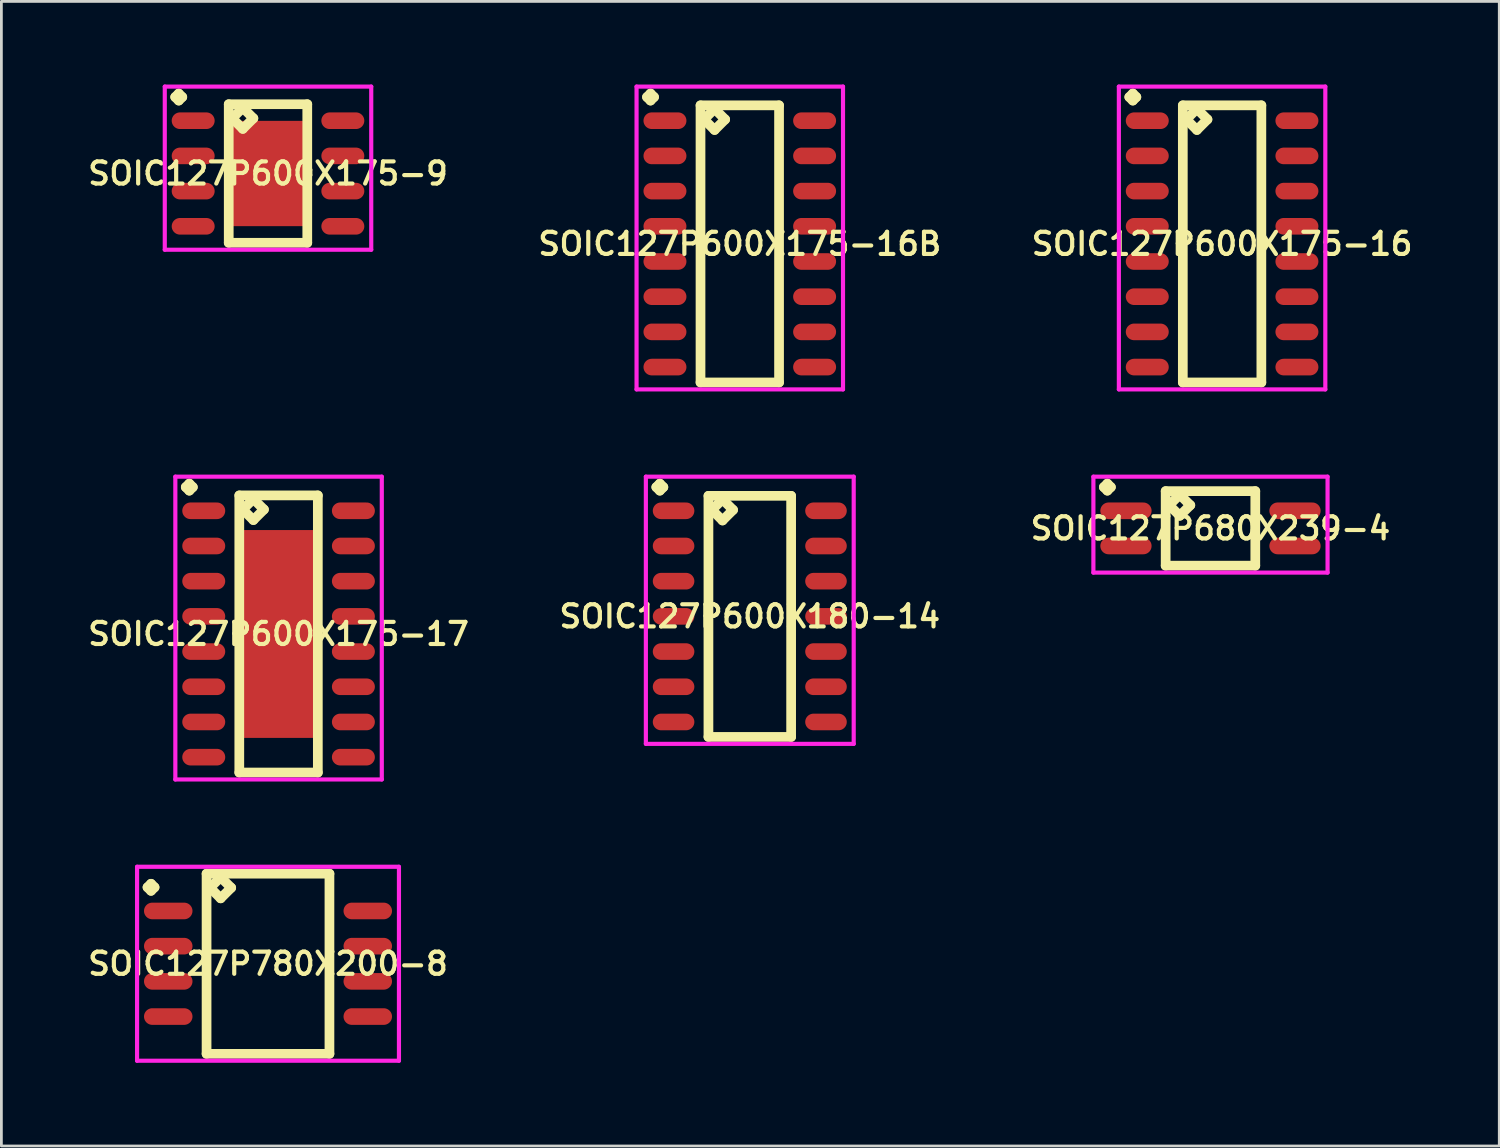
<source format=kicad_pcb>
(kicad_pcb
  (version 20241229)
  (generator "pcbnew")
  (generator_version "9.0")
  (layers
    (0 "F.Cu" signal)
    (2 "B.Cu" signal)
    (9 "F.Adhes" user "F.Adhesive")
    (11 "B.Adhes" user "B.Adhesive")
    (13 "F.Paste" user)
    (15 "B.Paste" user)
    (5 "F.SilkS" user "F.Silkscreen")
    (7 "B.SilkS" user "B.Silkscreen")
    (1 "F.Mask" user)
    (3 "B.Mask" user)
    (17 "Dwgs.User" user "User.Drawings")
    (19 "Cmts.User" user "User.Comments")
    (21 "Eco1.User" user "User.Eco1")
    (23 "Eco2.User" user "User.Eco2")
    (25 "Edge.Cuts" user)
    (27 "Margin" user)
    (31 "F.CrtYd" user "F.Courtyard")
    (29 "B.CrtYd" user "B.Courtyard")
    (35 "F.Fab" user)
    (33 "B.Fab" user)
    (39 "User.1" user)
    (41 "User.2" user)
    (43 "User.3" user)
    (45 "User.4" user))
  (footprint "SOIC127P780X200-8"
    (layer "F.Cu")
    (at 6.621 31.727)
    (property "Reference" "SOIC127P780X200-8" (at 0 0 0) (layer "F.SilkS") (effects (font (size 0.8 0.8) (thickness 0.15))))
    (attr smd)
    (fp_line (start -4.348 -2.759) (end -4.221 -2.886) (stroke (width 0.35) (type solid)) (layer "F.SilkS"))
    (fp_line (start -4.221 -2.886) (end -4.094 -2.759) (stroke (width 0.35) (type solid)) (layer "F.SilkS"))
    (fp_line (start -4.221 -2.632) (end -4.348 -2.759) (stroke (width 0.35) (type solid)) (layer "F.SilkS"))
    (fp_line (start -4.094 -2.759) (end -4.221 -2.632) (stroke (width 0.35) (type solid)) (layer "F.SilkS"))
    (fp_line (start -2.217 -3.25) (end -2.217 3.25) (stroke (width 0.35) (type solid)) (layer "F.SilkS"))
    (fp_line (start -2.217 3.25) (end 2.217 3.25) (stroke (width 0.35) (type solid)) (layer "F.SilkS"))
    (fp_line (start -2.09 -2.742) (end -1.709 -3.123) (stroke (width 0.35) (type solid)) (layer "F.SilkS"))
    (fp_line (start -1.709 -3.123) (end -1.328 -2.742) (stroke (width 0.35) (type solid)) (layer "F.SilkS"))
    (fp_line (start -1.709 -2.361) (end -2.09 -2.742) (stroke (width 0.35) (type solid)) (layer "F.SilkS"))
    (fp_line (start -1.328 -2.742) (end -1.709 -2.361) (stroke (width 0.35) (type solid)) (layer "F.SilkS"))
    (fp_line (start 2.217 -3.25) (end -2.217 -3.25) (stroke (width 0.35) (type solid)) (layer "F.SilkS"))
    (fp_line (start 2.217 3.25) (end 2.217 -3.25) (stroke (width 0.35) (type solid)) (layer "F.SilkS"))
    (fp_line (start -4.725 -3.5) (end 4.725 -3.5) (stroke (width 0.15) (type solid)) (layer "F.CrtYd"))
    (fp_line (start -4.725 3.5) (end -4.725 -3.5) (stroke (width 0.15) (type solid)) (layer "F.CrtYd"))
    (fp_line (start 4.725 -3.5) (end 4.725 3.5) (stroke (width 0.15) (type solid)) (layer "F.CrtYd"))
    (fp_line (start 4.725 3.5) (end -4.725 3.5) (stroke (width 0.15) (type solid)) (layer "F.CrtYd"))
    (pad "1" smd oval (at -3.6 -1.905) (size 1.75 0.6) (layers "F.Cu" "F.Mask" "F.Paste"))
    (pad "2" smd oval (at -3.6 -0.635) (size 1.75 0.6) (layers "F.Cu" "F.Mask" "F.Paste"))
    (pad "3" smd oval (at -3.6 0.635) (size 1.75 0.6) (layers "F.Cu" "F.Mask" "F.Paste"))
    (pad "4" smd oval (at -3.6 1.905) (size 1.75 0.6) (layers "F.Cu" "F.Mask" "F.Paste"))
    (pad "5" smd oval (at 3.6 1.905) (size 1.75 0.6) (layers "F.Cu" "F.Mask" "F.Paste"))
    (pad "6" smd oval (at 3.6 0.635) (size 1.75 0.6) (layers "F.Cu" "F.Mask" "F.Paste"))
    (pad "7" smd oval (at 3.6 -0.635) (size 1.75 0.6) (layers "F.Cu" "F.Mask" "F.Paste"))
    (pad "8" smd oval (at 3.6 -1.905) (size 1.75 0.6) (layers "F.Cu" "F.Mask" "F.Paste")))
  (footprint "SOIC127P600X180-14"
    (layer "F.Cu")
    (at 24.006 19.192)
    (property "Reference" "SOIC127P600X180-14" (at 0 0 0) (layer "F.SilkS") (effects (font (size 0.8 0.8) (thickness 0.15))))
    (attr smd)
    (fp_line (start -3.373 -4.664) (end -3.246 -4.791) (stroke (width 0.35) (type solid)) (layer "F.SilkS"))
    (fp_line (start -3.246 -4.791) (end -3.119 -4.664) (stroke (width 0.35) (type solid)) (layer "F.SilkS"))
    (fp_line (start -3.246 -4.537) (end -3.373 -4.664) (stroke (width 0.35) (type solid)) (layer "F.SilkS"))
    (fp_line (start -3.119 -4.664) (end -3.246 -4.537) (stroke (width 0.35) (type solid)) (layer "F.SilkS"))
    (fp_line (start -1.492 -4.35) (end -1.492 4.35) (stroke (width 0.35) (type solid)) (layer "F.SilkS"))
    (fp_line (start -1.492 4.35) (end 1.492 4.35) (stroke (width 0.35) (type solid)) (layer "F.SilkS"))
    (fp_line (start -1.365 -3.842) (end -0.984 -4.223) (stroke (width 0.35) (type solid)) (layer "F.SilkS"))
    (fp_line (start -0.984 -4.223) (end -0.603 -3.842) (stroke (width 0.35) (type solid)) (layer "F.SilkS"))
    (fp_line (start -0.984 -3.461) (end -1.365 -3.842) (stroke (width 0.35) (type solid)) (layer "F.SilkS"))
    (fp_line (start -0.603 -3.842) (end -0.984 -3.461) (stroke (width 0.35) (type solid)) (layer "F.SilkS"))
    (fp_line (start 1.492 -4.35) (end -1.492 -4.35) (stroke (width 0.35) (type solid)) (layer "F.SilkS"))
    (fp_line (start 1.492 4.35) (end 1.492 -4.35) (stroke (width 0.35) (type solid)) (layer "F.SilkS"))
    (fp_line (start -3.75 -5.041) (end 3.75 -5.041) (stroke (width 0.15) (type solid)) (layer "F.CrtYd"))
    (fp_line (start -3.75 4.6) (end -3.75 -5.041) (stroke (width 0.15) (type solid)) (layer "F.CrtYd"))
    (fp_line (start 3.75 -5.041) (end 3.75 4.6) (stroke (width 0.15) (type solid)) (layer "F.CrtYd"))
    (fp_line (start 3.75 4.6) (end -3.75 4.6) (stroke (width 0.15) (type solid)) (layer "F.CrtYd"))
    (pad "1" smd oval (at -2.75 -3.81) (size 1.5 0.6) (layers "F.Cu" "F.Mask" "F.Paste"))
    (pad "2" smd oval (at -2.75 -2.54) (size 1.5 0.6) (layers "F.Cu" "F.Mask" "F.Paste"))
    (pad "3" smd oval (at -2.75 -1.27) (size 1.5 0.6) (layers "F.Cu" "F.Mask" "F.Paste"))
    (pad "4" smd oval (at -2.75 0) (size 1.5 0.6) (layers "F.Cu" "F.Mask" "F.Paste"))
    (pad "5" smd oval (at -2.75 1.27) (size 1.5 0.6) (layers "F.Cu" "F.Mask" "F.Paste"))
    (pad "6" smd oval (at -2.75 2.54) (size 1.5 0.6) (layers "F.Cu" "F.Mask" "F.Paste"))
    (pad "7" smd oval (at -2.75 3.81) (size 1.5 0.6) (layers "F.Cu" "F.Mask" "F.Paste"))
    (pad "8" smd oval (at 2.75 3.81) (size 1.5 0.6) (layers "F.Cu" "F.Mask" "F.Paste"))
    (pad "9" smd oval (at 2.75 2.54) (size 1.5 0.6) (layers "F.Cu" "F.Mask" "F.Paste"))
    (pad "10" smd oval (at 2.75 1.27) (size 1.5 0.6) (layers "F.Cu" "F.Mask" "F.Paste"))
    (pad "11" smd oval (at 2.75 0) (size 1.5 0.6) (layers "F.Cu" "F.Mask" "F.Paste"))
    (pad "12" smd oval (at 2.75 -1.27) (size 1.5 0.6) (layers "F.Cu" "F.Mask" "F.Paste"))
    (pad "13" smd oval (at 2.75 -2.54) (size 1.5 0.6) (layers "F.Cu" "F.Mask" "F.Paste"))
    (pad "14" smd oval (at 2.75 -3.81) (size 1.5 0.6) (layers "F.Cu" "F.Mask" "F.Paste")))
  (footprint "SOIC127P680X239-4"
    (layer "F.Cu")
    (at 40.63 16.017)
    (property "Reference" "SOIC127P680X239-4" (at 0 0 0) (layer "F.SilkS") (effects (font (size 0.8 0.8) (thickness 0.15))))
    (attr smd)
    (fp_line (start -3.848 -1.489) (end -3.721 -1.616) (stroke (width 0.35) (type solid)) (layer "F.SilkS"))
    (fp_line (start -3.721 -1.616) (end -3.594 -1.489) (stroke (width 0.35) (type solid)) (layer "F.SilkS"))
    (fp_line (start -3.721 -1.362) (end -3.848 -1.489) (stroke (width 0.35) (type solid)) (layer "F.SilkS"))
    (fp_line (start -3.594 -1.489) (end -3.721 -1.362) (stroke (width 0.35) (type solid)) (layer "F.SilkS"))
    (fp_line (start -1.617 -1.345) (end -1.617 1.345) (stroke (width 0.35) (type solid)) (layer "F.SilkS"))
    (fp_line (start -1.617 1.345) (end 1.617 1.345) (stroke (width 0.35) (type solid)) (layer "F.SilkS"))
    (fp_line (start -1.49 -0.837) (end -1.109 -1.218) (stroke (width 0.35) (type solid)) (layer "F.SilkS"))
    (fp_line (start -1.109 -1.218) (end -0.728 -0.837) (stroke (width 0.35) (type solid)) (layer "F.SilkS"))
    (fp_line (start -1.109 -0.456) (end -1.49 -0.837) (stroke (width 0.35) (type solid)) (layer "F.SilkS"))
    (fp_line (start -0.728 -0.837) (end -1.109 -0.456) (stroke (width 0.35) (type solid)) (layer "F.SilkS"))
    (fp_line (start 1.617 -1.345) (end -1.617 -1.345) (stroke (width 0.35) (type solid)) (layer "F.SilkS"))
    (fp_line (start 1.617 1.345) (end 1.617 -1.345) (stroke (width 0.35) (type solid)) (layer "F.SilkS"))
    (fp_line (start -4.225 -1.866) (end 4.225 -1.866) (stroke (width 0.15) (type solid)) (layer "F.CrtYd"))
    (fp_line (start -4.225 1.595) (end -4.225 -1.866) (stroke (width 0.15) (type solid)) (layer "F.CrtYd"))
    (fp_line (start 4.225 -1.866) (end 4.225 1.595) (stroke (width 0.15) (type solid)) (layer "F.CrtYd"))
    (fp_line (start 4.225 1.595) (end -4.225 1.595) (stroke (width 0.15) (type solid)) (layer "F.CrtYd"))
    (pad "1" smd oval (at -3.05 -0.635) (size 1.85 0.6) (layers "F.Cu" "F.Mask" "F.Paste"))
    (pad "2" smd oval (at -3.05 0.635) (size 1.85 0.6) (layers "F.Cu" "F.Mask" "F.Paste"))
    (pad "3" smd oval (at 3.05 0.635) (size 1.85 0.6) (layers "F.Cu" "F.Mask" "F.Paste"))
    (pad "4" smd oval (at 3.05 -0.635) (size 1.85 0.6) (layers "F.Cu" "F.Mask" "F.Paste")))
  (footprint "SOIC127P600X175-16B"
    (layer "F.Cu")
    (at 23.645 5.751)
    (property "Reference" "SOIC127P600X175-16B" (at 0 0 0) (layer "F.SilkS") (effects (font (size 0.8 0.8) (thickness 0.15))))
    (attr smd)
    (fp_line (start -3.348 -5.299) (end -3.221 -5.426) (stroke (width 0.35) (type solid)) (layer "F.SilkS"))
    (fp_line (start -3.221 -5.426) (end -3.094 -5.299) (stroke (width 0.35) (type solid)) (layer "F.SilkS"))
    (fp_line (start -3.221 -5.172) (end -3.348 -5.299) (stroke (width 0.35) (type solid)) (layer "F.SilkS"))
    (fp_line (start -3.094 -5.299) (end -3.221 -5.172) (stroke (width 0.35) (type solid)) (layer "F.SilkS"))
    (fp_line (start -1.417 -5) (end -1.417 5) (stroke (width 0.35) (type solid)) (layer "F.SilkS"))
    (fp_line (start -1.417 5) (end 1.417 5) (stroke (width 0.35) (type solid)) (layer "F.SilkS"))
    (fp_line (start -1.29 -4.492) (end -0.909 -4.873) (stroke (width 0.35) (type solid)) (layer "F.SilkS"))
    (fp_line (start -0.909 -4.873) (end -0.528 -4.492) (stroke (width 0.35) (type solid)) (layer "F.SilkS"))
    (fp_line (start -0.909 -4.111) (end -1.29 -4.492) (stroke (width 0.35) (type solid)) (layer "F.SilkS"))
    (fp_line (start -0.528 -4.492) (end -0.909 -4.111) (stroke (width 0.35) (type solid)) (layer "F.SilkS"))
    (fp_line (start 1.417 -5) (end -1.417 -5) (stroke (width 0.35) (type solid)) (layer "F.SilkS"))
    (fp_line (start 1.417 5) (end 1.417 -5) (stroke (width 0.35) (type solid)) (layer "F.SilkS"))
    (fp_line (start -3.725 -5.676) (end 3.725 -5.676) (stroke (width 0.15) (type solid)) (layer "F.CrtYd"))
    (fp_line (start -3.725 5.25) (end -3.725 -5.676) (stroke (width 0.15) (type solid)) (layer "F.CrtYd"))
    (fp_line (start 3.725 -5.676) (end 3.725 5.25) (stroke (width 0.15) (type solid)) (layer "F.CrtYd"))
    (fp_line (start 3.725 5.25) (end -3.725 5.25) (stroke (width 0.15) (type solid)) (layer "F.CrtYd"))
    (pad "1" smd oval (at -2.7 -4.445) (size 1.55 0.6) (layers "F.Cu" "F.Mask" "F.Paste"))
    (pad "2" smd oval (at -2.7 -3.175) (size 1.55 0.6) (layers "F.Cu" "F.Mask" "F.Paste"))
    (pad "3" smd oval (at -2.7 -1.905) (size 1.55 0.6) (layers "F.Cu" "F.Mask" "F.Paste"))
    (pad "4" smd oval (at -2.7 -0.635) (size 1.55 0.6) (layers "F.Cu" "F.Mask" "F.Paste"))
    (pad "5" smd oval (at -2.7 0.635) (size 1.55 0.6) (layers "F.Cu" "F.Mask" "F.Paste"))
    (pad "6" smd oval (at -2.7 1.905) (size 1.55 0.6) (layers "F.Cu" "F.Mask" "F.Paste"))
    (pad "7" smd oval (at -2.7 3.175) (size 1.55 0.6) (layers "F.Cu" "F.Mask" "F.Paste"))
    (pad "8" smd oval (at -2.7 4.445) (size 1.55 0.6) (layers "F.Cu" "F.Mask" "F.Paste"))
    (pad "9" smd oval (at 2.7 4.445) (size 1.55 0.6) (layers "F.Cu" "F.Mask" "F.Paste"))
    (pad "10" smd oval (at 2.7 3.175) (size 1.55 0.6) (layers "F.Cu" "F.Mask" "F.Paste"))
    (pad "11" smd oval (at 2.7 1.905) (size 1.55 0.6) (layers "F.Cu" "F.Mask" "F.Paste"))
    (pad "12" smd oval (at 2.7 0.635) (size 1.55 0.6) (layers "F.Cu" "F.Mask" "F.Paste"))
    (pad "13" smd oval (at 2.7 -0.635) (size 1.55 0.6) (layers "F.Cu" "F.Mask" "F.Paste"))
    (pad "14" smd oval (at 2.7 -1.905) (size 1.55 0.6) (layers "F.Cu" "F.Mask" "F.Paste"))
    (pad "15" smd oval (at 2.7 -3.175) (size 1.55 0.6) (layers "F.Cu" "F.Mask" "F.Paste"))
    (pad "16" smd oval (at 2.7 -4.445) (size 1.55 0.6) (layers "F.Cu" "F.Mask" "F.Paste")))
  (footprint "SOIC127P600X175-9"
    (layer "F.Cu")
    (at 6.621 3.211)
    (property "Reference" "SOIC127P600X175-9" (at 0 0 0) (layer "F.SilkS") (effects (font (size 0.8 0.8) (thickness 0.15))))
    (attr smd)
    (fp_line (start -3.348 -2.759) (end -3.221 -2.886) (stroke (width 0.35) (type solid)) (layer "F.SilkS"))
    (fp_line (start -3.221 -2.886) (end -3.094 -2.759) (stroke (width 0.35) (type solid)) (layer "F.SilkS"))
    (fp_line (start -3.221 -2.632) (end -3.348 -2.759) (stroke (width 0.35) (type solid)) (layer "F.SilkS"))
    (fp_line (start -3.094 -2.759) (end -3.221 -2.632) (stroke (width 0.35) (type solid)) (layer "F.SilkS"))
    (fp_line (start -1.417 -2.5) (end -1.417 2.5) (stroke (width 0.35) (type solid)) (layer "F.SilkS"))
    (fp_line (start -1.417 2.5) (end 1.417 2.5) (stroke (width 0.35) (type solid)) (layer "F.SilkS"))
    (fp_line (start -1.29 -1.992) (end -0.909 -2.373) (stroke (width 0.35) (type solid)) (layer "F.SilkS"))
    (fp_line (start -0.909 -2.373) (end -0.528 -1.992) (stroke (width 0.35) (type solid)) (layer "F.SilkS"))
    (fp_line (start -0.909 -1.611) (end -1.29 -1.992) (stroke (width 0.35) (type solid)) (layer "F.SilkS"))
    (fp_line (start -0.528 -1.992) (end -0.909 -1.611) (stroke (width 0.35) (type solid)) (layer "F.SilkS"))
    (fp_line (start 1.417 -2.5) (end -1.417 -2.5) (stroke (width 0.35) (type solid)) (layer "F.SilkS"))
    (fp_line (start 1.417 2.5) (end 1.417 -2.5) (stroke (width 0.35) (type solid)) (layer "F.SilkS"))
    (fp_line (start -3.725 -3.136) (end 3.725 -3.136) (stroke (width 0.15) (type solid)) (layer "F.CrtYd"))
    (fp_line (start -3.725 2.75) (end -3.725 -3.136) (stroke (width 0.15) (type solid)) (layer "F.CrtYd"))
    (fp_line (start 3.725 -3.136) (end 3.725 2.75) (stroke (width 0.15) (type solid)) (layer "F.CrtYd"))
    (fp_line (start 3.725 2.75) (end -3.725 2.75) (stroke (width 0.15) (type solid)) (layer "F.CrtYd"))
    (pad "1" smd oval (at -2.7 -1.905) (size 1.55 0.6) (layers "F.Cu" "F.Mask" "F.Paste"))
    (pad "2" smd oval (at -2.7 -0.635) (size 1.55 0.6) (layers "F.Cu" "F.Mask" "F.Paste"))
    (pad "3" smd oval (at -2.7 0.635) (size 1.55 0.6) (layers "F.Cu" "F.Mask" "F.Paste"))
    (pad "4" smd oval (at -2.7 1.905) (size 1.55 0.6) (layers "F.Cu" "F.Mask" "F.Paste"))
    (pad "5" smd oval (at 2.7 1.905) (size 1.55 0.6) (layers "F.Cu" "F.Mask" "F.Paste"))
    (pad "6" smd oval (at 2.7 0.635) (size 1.55 0.6) (layers "F.Cu" "F.Mask" "F.Paste"))
    (pad "7" smd oval (at 2.7 -0.635) (size 1.55 0.6) (layers "F.Cu" "F.Mask" "F.Paste"))
    (pad "8" smd oval (at 2.7 -1.905) (size 1.55 0.6) (layers "F.Cu" "F.Mask" "F.Paste"))
    (pad "9" smd rect (at 0 0) (size 2.75 3.8) (layers "F.Cu" "F.Mask" "F.Paste")))
  (footprint "SOIC127P600X175-17"
    (layer "F.Cu")
    (at 7.002 19.827)
    (property "Reference" "SOIC127P600X175-17" (at 0 0 0) (layer "F.SilkS") (effects (font (size 0.8 0.8) (thickness 0.15))))
    (attr smd)
    (fp_line (start -3.348 -5.299) (end -3.221 -5.426) (stroke (width 0.35) (type solid)) (layer "F.SilkS"))
    (fp_line (start -3.221 -5.426) (end -3.094 -5.299) (stroke (width 0.35) (type solid)) (layer "F.SilkS"))
    (fp_line (start -3.221 -5.172) (end -3.348 -5.299) (stroke (width 0.35) (type solid)) (layer "F.SilkS"))
    (fp_line (start -3.094 -5.299) (end -3.221 -5.172) (stroke (width 0.35) (type solid)) (layer "F.SilkS"))
    (fp_line (start -1.417 -5) (end -1.417 5) (stroke (width 0.35) (type solid)) (layer "F.SilkS"))
    (fp_line (start -1.417 5) (end 1.417 5) (stroke (width 0.35) (type solid)) (layer "F.SilkS"))
    (fp_line (start -1.29 -4.492) (end -0.909 -4.873) (stroke (width 0.35) (type solid)) (layer "F.SilkS"))
    (fp_line (start -0.909 -4.873) (end -0.528 -4.492) (stroke (width 0.35) (type solid)) (layer "F.SilkS"))
    (fp_line (start -0.909 -4.111) (end -1.29 -4.492) (stroke (width 0.35) (type solid)) (layer "F.SilkS"))
    (fp_line (start -0.528 -4.492) (end -0.909 -4.111) (stroke (width 0.35) (type solid)) (layer "F.SilkS"))
    (fp_line (start 1.417 -5) (end -1.417 -5) (stroke (width 0.35) (type solid)) (layer "F.SilkS"))
    (fp_line (start 1.417 5) (end 1.417 -5) (stroke (width 0.35) (type solid)) (layer "F.SilkS"))
    (fp_line (start -3.725 -5.676) (end 3.725 -5.676) (stroke (width 0.15) (type solid)) (layer "F.CrtYd"))
    (fp_line (start -3.725 5.25) (end -3.725 -5.676) (stroke (width 0.15) (type solid)) (layer "F.CrtYd"))
    (fp_line (start 3.725 -5.676) (end 3.725 5.25) (stroke (width 0.15) (type solid)) (layer "F.CrtYd"))
    (fp_line (start 3.725 5.25) (end -3.725 5.25) (stroke (width 0.15) (type solid)) (layer "F.CrtYd"))
    (pad "1" smd oval (at -2.7 -4.445) (size 1.55 0.6) (layers "F.Cu" "F.Mask" "F.Paste"))
    (pad "2" smd oval (at -2.7 -3.175) (size 1.55 0.6) (layers "F.Cu" "F.Mask" "F.Paste"))
    (pad "3" smd oval (at -2.7 -1.905) (size 1.55 0.6) (layers "F.Cu" "F.Mask" "F.Paste"))
    (pad "4" smd oval (at -2.7 -0.635) (size 1.55 0.6) (layers "F.Cu" "F.Mask" "F.Paste"))
    (pad "5" smd oval (at -2.7 0.635) (size 1.55 0.6) (layers "F.Cu" "F.Mask" "F.Paste"))
    (pad "6" smd oval (at -2.7 1.905) (size 1.55 0.6) (layers "F.Cu" "F.Mask" "F.Paste"))
    (pad "7" smd oval (at -2.7 3.175) (size 1.55 0.6) (layers "F.Cu" "F.Mask" "F.Paste"))
    (pad "8" smd oval (at -2.7 4.445) (size 1.55 0.6) (layers "F.Cu" "F.Mask" "F.Paste"))
    (pad "9" smd oval (at 2.7 4.445) (size 1.55 0.6) (layers "F.Cu" "F.Mask" "F.Paste"))
    (pad "10" smd oval (at 2.7 3.175) (size 1.55 0.6) (layers "F.Cu" "F.Mask" "F.Paste"))
    (pad "11" smd oval (at 2.7 1.905) (size 1.55 0.6) (layers "F.Cu" "F.Mask" "F.Paste"))
    (pad "12" smd oval (at 2.7 0.635) (size 1.55 0.6) (layers "F.Cu" "F.Mask" "F.Paste"))
    (pad "13" smd oval (at 2.7 -0.635) (size 1.55 0.6) (layers "F.Cu" "F.Mask" "F.Paste"))
    (pad "14" smd oval (at 2.7 -1.905) (size 1.55 0.6) (layers "F.Cu" "F.Mask" "F.Paste"))
    (pad "15" smd oval (at 2.7 -3.175) (size 1.55 0.6) (layers "F.Cu" "F.Mask" "F.Paste"))
    (pad "16" smd oval (at 2.7 -4.445) (size 1.55 0.6) (layers "F.Cu" "F.Mask" "F.Paste"))
    (pad "17" smd rect (at 0 0) (size 2.5 7.5) (layers "F.Cu" "F.Mask" "F.Paste")))
  (footprint "SOIC127P600X175-16"
    (layer "F.Cu")
    (at 41.049 5.751)
    (property "Reference" "SOIC127P600X175-16" (at 0 0 0) (layer "F.SilkS") (effects (font (size 0.8 0.8) (thickness 0.15))))
    (attr smd)
    (fp_line (start -3.348 -5.299) (end -3.221 -5.426) (stroke (width 0.35) (type solid)) (layer "F.SilkS"))
    (fp_line (start -3.221 -5.426) (end -3.094 -5.299) (stroke (width 0.35) (type solid)) (layer "F.SilkS"))
    (fp_line (start -3.221 -5.172) (end -3.348 -5.299) (stroke (width 0.35) (type solid)) (layer "F.SilkS"))
    (fp_line (start -3.094 -5.299) (end -3.221 -5.172) (stroke (width 0.35) (type solid)) (layer "F.SilkS"))
    (fp_line (start -1.417 -5) (end -1.417 5) (stroke (width 0.35) (type solid)) (layer "F.SilkS"))
    (fp_line (start -1.417 5) (end 1.417 5) (stroke (width 0.35) (type solid)) (layer "F.SilkS"))
    (fp_line (start -1.29 -4.492) (end -0.909 -4.873) (stroke (width 0.35) (type solid)) (layer "F.SilkS"))
    (fp_line (start -0.909 -4.873) (end -0.528 -4.492) (stroke (width 0.35) (type solid)) (layer "F.SilkS"))
    (fp_line (start -0.909 -4.111) (end -1.29 -4.492) (stroke (width 0.35) (type solid)) (layer "F.SilkS"))
    (fp_line (start -0.528 -4.492) (end -0.909 -4.111) (stroke (width 0.35) (type solid)) (layer "F.SilkS"))
    (fp_line (start 1.417 -5) (end -1.417 -5) (stroke (width 0.35) (type solid)) (layer "F.SilkS"))
    (fp_line (start 1.417 5) (end 1.417 -5) (stroke (width 0.35) (type solid)) (layer "F.SilkS"))
    (fp_line (start -3.725 -5.676) (end 3.725 -5.676) (stroke (width 0.15) (type solid)) (layer "F.CrtYd"))
    (fp_line (start -3.725 5.25) (end -3.725 -5.676) (stroke (width 0.15) (type solid)) (layer "F.CrtYd"))
    (fp_line (start 3.725 -5.676) (end 3.725 5.25) (stroke (width 0.15) (type solid)) (layer "F.CrtYd"))
    (fp_line (start 3.725 5.25) (end -3.725 5.25) (stroke (width 0.15) (type solid)) (layer "F.CrtYd"))
    (pad "1" smd oval (at -2.7 -4.445) (size 1.55 0.6) (layers "F.Cu" "F.Mask" "F.Paste"))
    (pad "2" smd oval (at -2.7 -3.175) (size 1.55 0.6) (layers "F.Cu" "F.Mask" "F.Paste"))
    (pad "3" smd oval (at -2.7 -1.905) (size 1.55 0.6) (layers "F.Cu" "F.Mask" "F.Paste"))
    (pad "4" smd oval (at -2.7 -0.635) (size 1.55 0.6) (layers "F.Cu" "F.Mask" "F.Paste"))
    (pad "5" smd oval (at -2.7 0.635) (size 1.55 0.6) (layers "F.Cu" "F.Mask" "F.Paste"))
    (pad "6" smd oval (at -2.7 1.905) (size 1.55 0.6) (layers "F.Cu" "F.Mask" "F.Paste"))
    (pad "7" smd oval (at -2.7 3.175) (size 1.55 0.6) (layers "F.Cu" "F.Mask" "F.Paste"))
    (pad "8" smd oval (at -2.7 4.445) (size 1.55 0.6) (layers "F.Cu" "F.Mask" "F.Paste"))
    (pad "9" smd oval (at 2.7 4.445) (size 1.55 0.6) (layers "F.Cu" "F.Mask" "F.Paste"))
    (pad "10" smd oval (at 2.7 3.175) (size 1.55 0.6) (layers "F.Cu" "F.Mask" "F.Paste"))
    (pad "11" smd oval (at 2.7 1.905) (size 1.55 0.6) (layers "F.Cu" "F.Mask" "F.Paste"))
    (pad "12" smd oval (at 2.7 0.635) (size 1.55 0.6) (layers "F.Cu" "F.Mask" "F.Paste"))
    (pad "13" smd oval (at 2.7 -0.635) (size 1.55 0.6) (layers "F.Cu" "F.Mask" "F.Paste"))
    (pad "14" smd oval (at 2.7 -1.905) (size 1.55 0.6) (layers "F.Cu" "F.Mask" "F.Paste"))
    (pad "15" smd oval (at 2.7 -3.175) (size 1.55 0.6) (layers "F.Cu" "F.Mask" "F.Paste"))
    (pad "16" smd oval (at 2.7 -4.445) (size 1.55 0.6) (layers "F.Cu" "F.Mask" "F.Paste")))
  (gr_rect
    (start -3 -3)
    (end 51.051 38.302)
    (stroke (width 0.1) (type default))
    (fill no)
    (layer "Edge.Cuts")))
</source>
